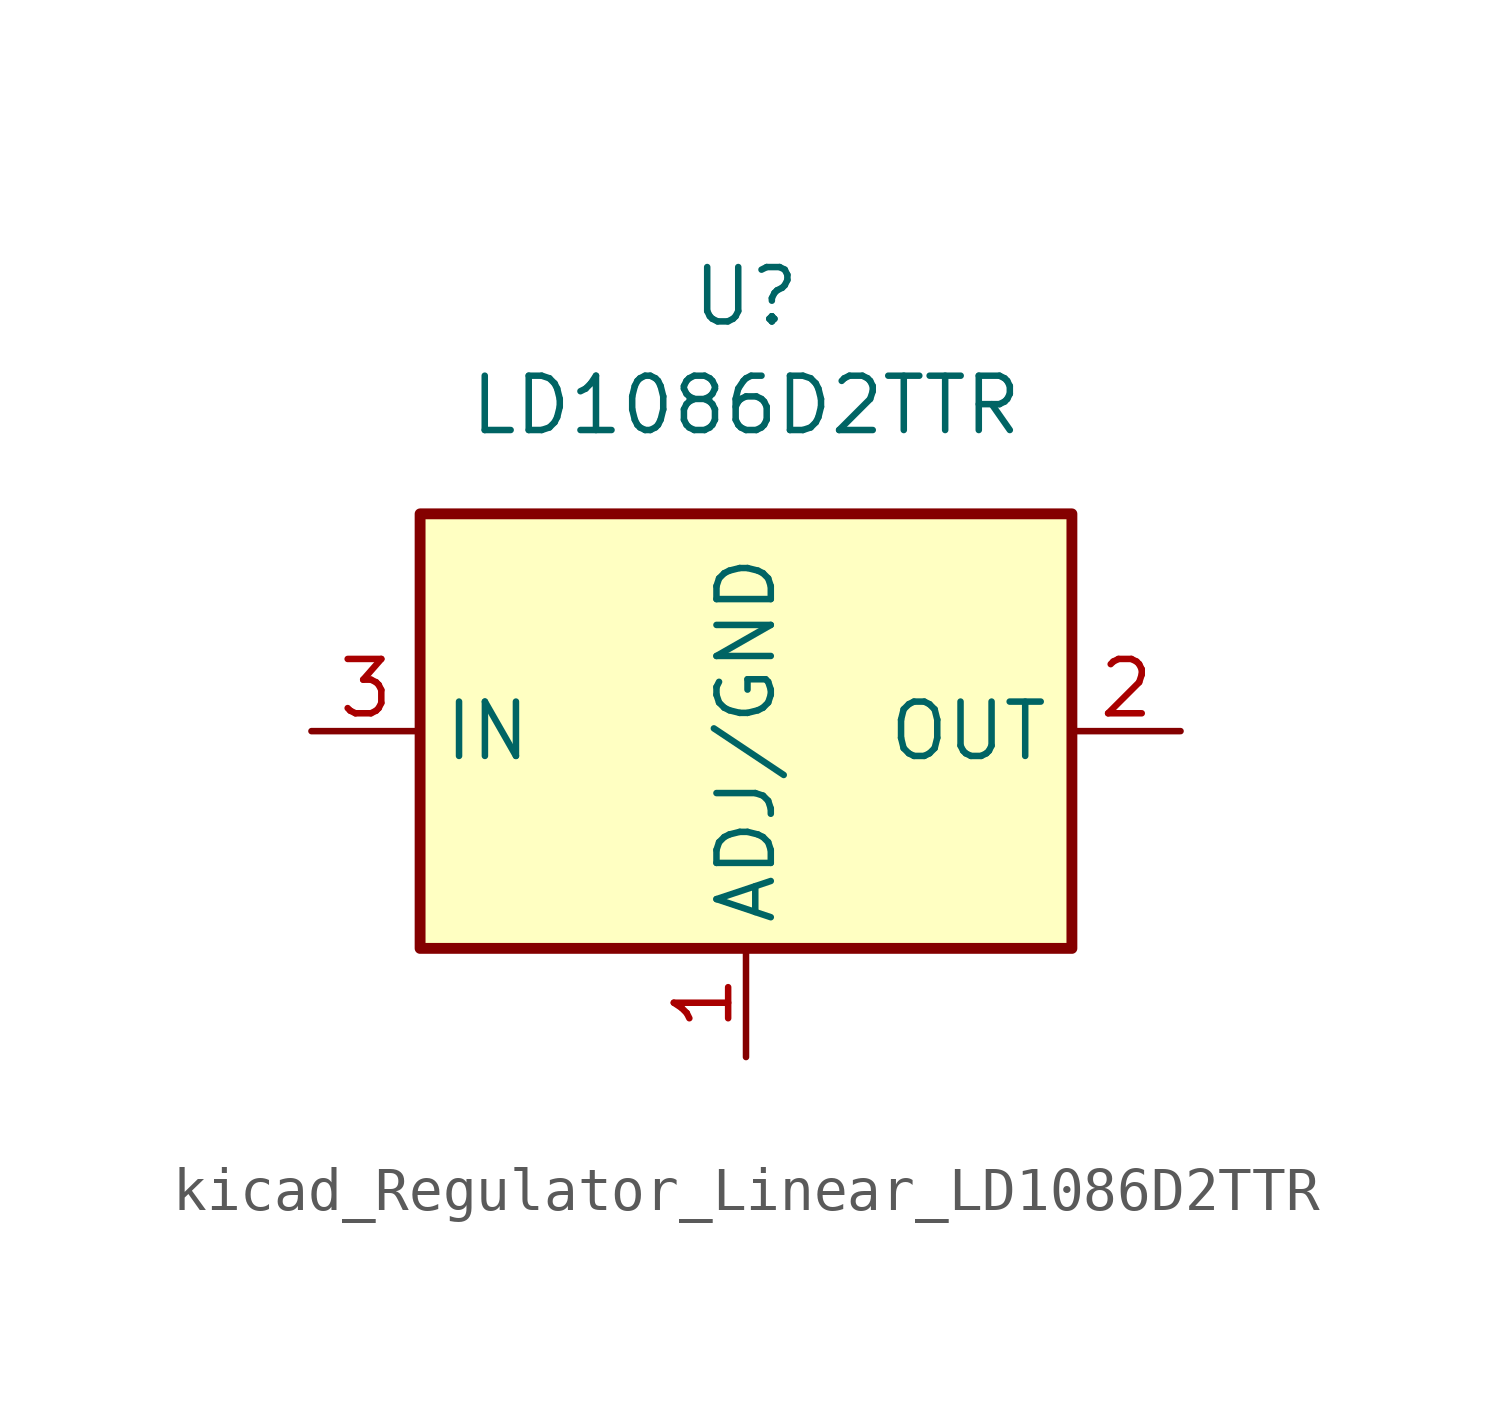
<source format=kicad_sym>
(kicad_symbol_lib
  (version 20220914)
  (generator kicad_symbol_editor)
  (symbol "kicad_Regulator_Linear_LD1086D2TTR"
    (property "Reference" "U"
      (at 0 10.16 0)
      (effects (font (size 1.27 1.27))))
    (property "Value" "LD1086D2TTR"
      (at 0 7.62 0)
      (effects (font (size 1.27 1.27))))
    (symbol "kicad_Regulator_Linear_LD1086D2TTR_1_1"
      (rectangle (start -7.62 -5.08) (end 7.62 5.08) (stroke (width 0.254) (type default)) (fill (type background)))
      (pin input line (at 0 -7.62 90) (length 2.54) (name "ADJ/GND" (effects (font (size 1.27 1.27)))) (number "1" (effects (font (size 1.27 1.27)))))
      (pin power_out line (at 10.16 0 180) (length 2.54) (name "OUT" (effects (font (size 1.27 1.27)))) (number "2" (effects (font (size 1.27 1.27)))))
      (pin power_in line (at -10.16 0 0) (length 2.54) (name "IN" (effects (font (size 1.27 1.27)))) (number "3" (effects (font (size 1.27 1.27))))))))
</source>
